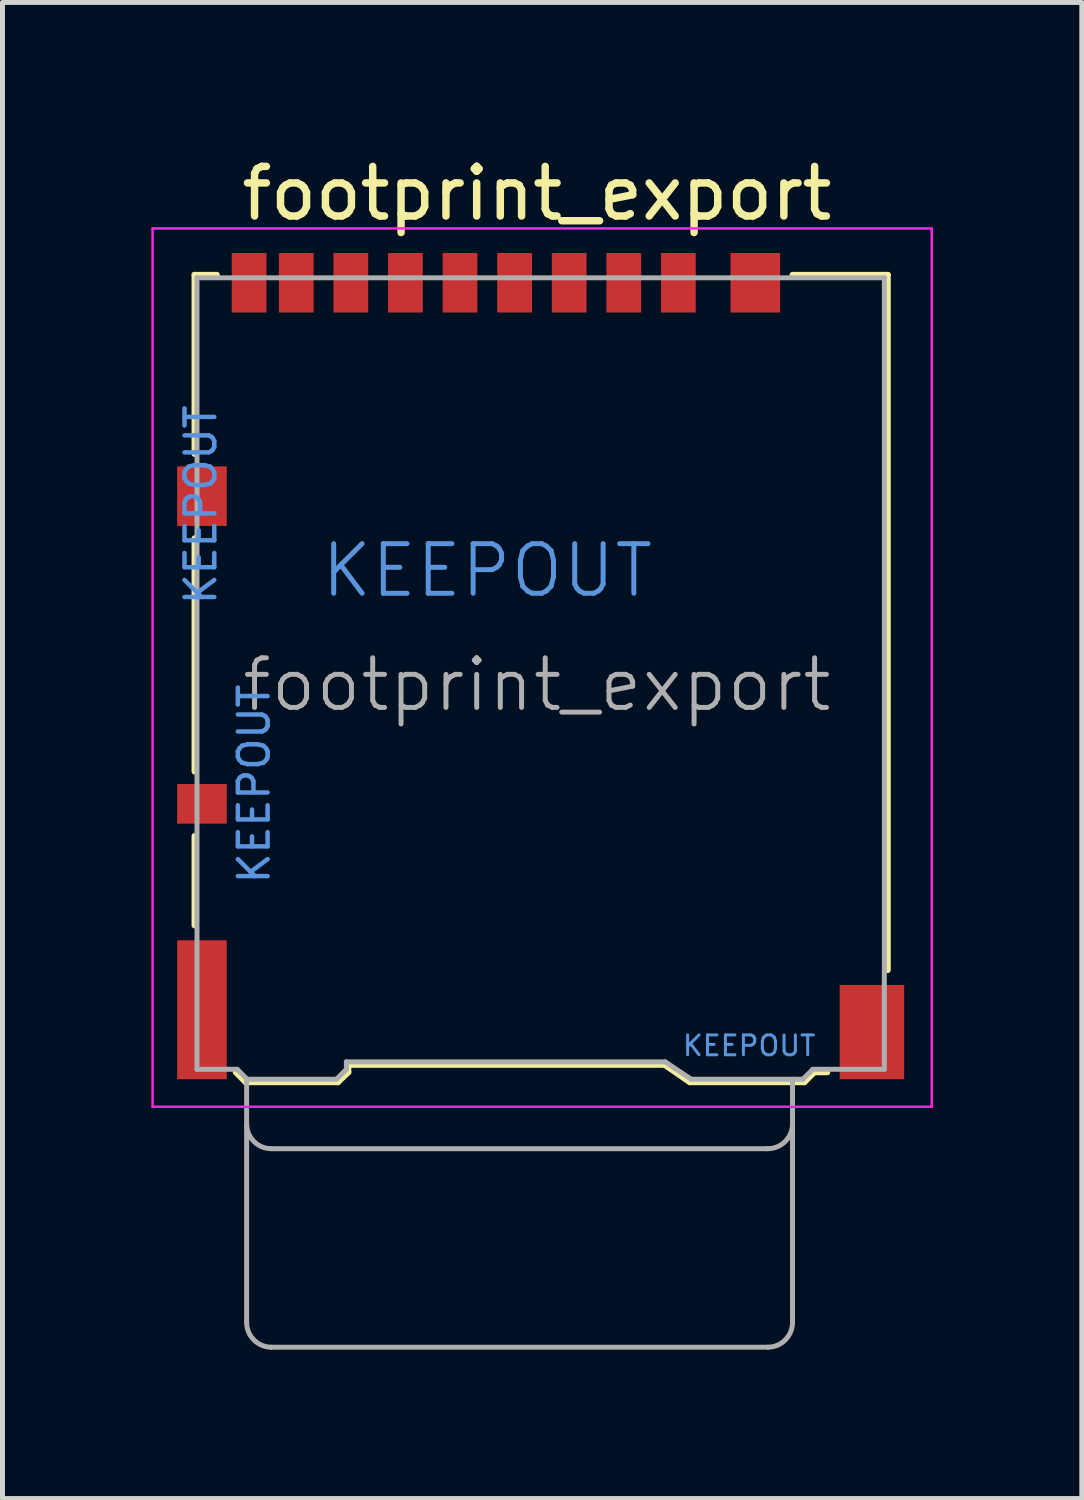
<source format=kicad_pcb>
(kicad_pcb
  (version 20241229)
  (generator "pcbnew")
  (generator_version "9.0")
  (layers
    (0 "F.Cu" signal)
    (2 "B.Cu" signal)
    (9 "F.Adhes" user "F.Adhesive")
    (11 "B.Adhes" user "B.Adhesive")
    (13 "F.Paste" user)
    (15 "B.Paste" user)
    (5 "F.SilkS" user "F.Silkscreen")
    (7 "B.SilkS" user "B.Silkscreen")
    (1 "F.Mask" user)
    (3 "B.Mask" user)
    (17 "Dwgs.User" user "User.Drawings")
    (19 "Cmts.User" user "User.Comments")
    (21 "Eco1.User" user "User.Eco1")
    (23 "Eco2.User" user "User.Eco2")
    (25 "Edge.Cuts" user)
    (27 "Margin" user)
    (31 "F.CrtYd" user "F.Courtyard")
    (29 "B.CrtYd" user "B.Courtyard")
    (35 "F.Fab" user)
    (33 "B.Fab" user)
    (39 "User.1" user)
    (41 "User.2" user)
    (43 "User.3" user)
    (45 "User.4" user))
  (footprint "footprint_export"
    (layer "F.Cu")
    (at 7.845 10.373)
    (property "Reference" "footprint_export" (at -0.075 -9.525 0) (layer "F.SilkS") (effects (font (size 1 1) (thickness 0.15))))
    (attr smd)
    (fp_line (start -6.975 -7.885) (end -6.975 -4.275) (stroke (width 0.12) (type solid)) (layer "F.SilkS"))
    (fp_line (start -6.975 -2.575) (end -6.975 2.125) (stroke (width 0.12) (type solid)) (layer "F.SilkS"))
    (fp_line (start -6.975 3.425) (end -6.975 5.225) (stroke (width 0.12) (type solid)) (layer "F.SilkS"))
    (fp_line (start -6.525 -7.885) (end -6.975 -7.885) (stroke (width 0.12) (type solid)) (layer "F.SilkS"))
    (fp_line (start -5.945 8.385) (end -6.145 8.185) (stroke (width 0.12) (type solid)) (layer "F.SilkS"))
    (fp_line (start -5.945 8.385) (end -4.085 8.385) (stroke (width 0.12) (type solid)) (layer "F.SilkS"))
    (fp_line (start -4.085 8.385) (end -3.875 8.185) (stroke (width 0.12) (type solid)) (layer "F.SilkS"))
    (fp_line (start -3.875 8.035) (end -3.875 8.185) (stroke (width 0.12) (type solid)) (layer "F.SilkS"))
    (fp_line (start -3.875 8.035) (end 2.495 8.035) (stroke (width 0.12) (type solid)) (layer "F.SilkS"))
    (fp_line (start 3.005 8.385) (end 2.495 8.035) (stroke (width 0.12) (type solid)) (layer "F.SilkS"))
    (fp_line (start 5.075 -7.885) (end 6.995 -7.885) (stroke (width 0.12) (type solid)) (layer "F.SilkS"))
    (fp_line (start 5.315 8.385) (end 3.005 8.385) (stroke (width 0.12) (type solid)) (layer "F.SilkS"))
    (fp_line (start 5.315 8.385) (end 5.515 8.185) (stroke (width 0.12) (type solid)) (layer "F.SilkS"))
    (fp_line (start 5.515 8.185) (end 5.775 8.185) (stroke (width 0.12) (type solid)) (layer "F.SilkS"))
    (fp_line (start 6.995 -7.885) (end 6.995 6.125) (stroke (width 0.12) (type solid)) (layer "F.SilkS"))
    (fp_line (start -7.82 -8.82) (end 7.88 -8.82) (stroke (width 0.05) (type solid)) (layer "F.CrtYd"))
    (fp_line (start -7.82 8.88) (end -7.82 -8.82) (stroke (width 0.05) (type solid)) (layer "F.CrtYd"))
    (fp_line (start 7.88 -8.82) (end 7.88 8.88) (stroke (width 0.05) (type solid)) (layer "F.CrtYd"))
    (fp_line (start 7.88 8.88) (end -7.82 8.88) (stroke (width 0.05) (type solid)) (layer "F.CrtYd"))
    (fp_line (start -6.925 8.125) (end -6.925 -7.825) (stroke (width 0.1) (type solid)) (layer "F.Fab"))
    (fp_line (start -6.115 8.125) (end -6.925 8.125) (stroke (width 0.1) (type solid)) (layer "F.Fab"))
    (fp_line (start -5.925 8.325) (end -5.925 13.225) (stroke (width 0.1) (type solid)) (layer "F.Fab"))
    (fp_line (start -5.915 8.325) (end -6.115 8.125) (stroke (width 0.1) (type solid)) (layer "F.Fab"))
    (fp_line (start -5.425 9.725) (end 4.575 9.725) (stroke (width 0.1) (type solid)) (layer "F.Fab"))
    (fp_line (start -5.425 13.725) (end 4.575 13.725) (stroke (width 0.1) (type solid)) (layer "F.Fab"))
    (fp_line (start -4.115 8.325) (end -5.915 8.325) (stroke (width 0.1) (type solid)) (layer "F.Fab"))
    (fp_line (start -3.915 8.125) (end -4.115 8.325) (stroke (width 0.1) (type solid)) (layer "F.Fab"))
    (fp_line (start -3.915 8.125) (end -3.915 7.975) (stroke (width 0.1) (type solid)) (layer "F.Fab"))
    (fp_line (start 2.51 7.975) (end -3.915 7.975) (stroke (width 0.1) (type solid)) (layer "F.Fab"))
    (fp_line (start 3.035 8.325) (end 2.51 7.975) (stroke (width 0.1) (type solid)) (layer "F.Fab"))
    (fp_line (start 5.075 13.225) (end 5.075 8.325) (stroke (width 0.1) (type solid)) (layer "F.Fab"))
    (fp_line (start 5.285 8.325) (end 3.035 8.325) (stroke (width 0.1) (type solid)) (layer "F.Fab"))
    (fp_line (start 5.285 8.325) (end 5.485 8.125) (stroke (width 0.1) (type solid)) (layer "F.Fab"))
    (fp_line (start 5.485 8.125) (end 6.925 8.125) (stroke (width 0.1) (type solid)) (layer "F.Fab"))
    (fp_line (start 6.925 -7.825) (end -6.925 -7.825) (stroke (width 0.1) (type solid)) (layer "F.Fab"))
    (fp_line (start 6.925 8.125) (end 6.925 -7.825) (stroke (width 0.1) (type solid)) (layer "F.Fab"))
    (fp_arc (start -5.425 9.725) (mid -5.778553 9.578553) (end -5.925 9.225) (stroke (width 0.1) (type solid)) (layer "F.Fab"))
    (fp_arc (start -5.425 13.725) (mid -5.778553 13.578553) (end -5.925 13.225) (stroke (width 0.1) (type solid)) (layer "F.Fab"))
    (fp_arc (start 5.075 9.225) (mid 4.928553 9.578553) (end 4.575 9.725) (stroke (width 0.1) (type solid)) (layer "F.Fab"))
    (fp_arc (start 5.075 13.225) (mid 4.928553 13.578553) (end 4.575 13.725) (stroke (width 0.1) (type solid)) (layer "F.Fab"))
    (fp_text user "KEEPOUT" (at -6.85 -3.25 90) (layer "Cmts.User") (effects (font (size 0.6 0.6) (thickness 0.09))))
    (fp_text user "KEEPOUT" (at -5.775 2.375 90) (layer "Cmts.User") (effects (font (size 0.6 0.6) (thickness 0.09))))
    (fp_text user "KEEPOUT" (at -1.075 -1.925 0) (layer "Cmts.User") (effects (font (size 1 1) (thickness 0.1))))
    (fp_text user "KEEPOUT" (at 4.2 7.65 0) (layer "Cmts.User") (effects (font (size 0.4 0.4) (thickness 0.06))))
    (fp_text user "${REFERENCE}" (at -0.075 0.375 0) (layer "F.Fab") (effects (font (size 1 1) (thickness 0.1))))
    (pad "1" smd rect (at 2.775 -7.725) (size 0.7 1.2) (layers "F.Cu" "F.Mask" "F.Paste"))
    (pad "2" smd rect (at 1.675 -7.725) (size 0.7 1.2) (layers "F.Cu" "F.Mask" "F.Paste"))
    (pad "3" smd rect (at 0.575 -7.725) (size 0.7 1.2) (layers "F.Cu" "F.Mask" "F.Paste"))
    (pad "4" smd rect (at -0.525 -7.725) (size 0.7 1.2) (layers "F.Cu" "F.Mask" "F.Paste"))
    (pad "5" smd rect (at -1.625 -7.725) (size 0.7 1.2) (layers "F.Cu" "F.Mask" "F.Paste"))
    (pad "6" smd rect (at -2.725 -7.725) (size 0.7 1.2) (layers "F.Cu" "F.Mask" "F.Paste"))
    (pad "7" smd rect (at -3.825 -7.725) (size 0.7 1.2) (layers "F.Cu" "F.Mask" "F.Paste"))
    (pad "8" smd rect (at -4.925 -7.725) (size 0.7 1.2) (layers "F.Cu" "F.Mask" "F.Paste"))
    (pad "9" smd rect (at -5.875 -7.725) (size 0.7 1.2) (layers "F.Cu" "F.Mask" "F.Paste"))
    (pad "10" smd rect (at -6.825 2.775) (size 1 0.8) (layers "F.Cu" "F.Mask" "F.Paste"))
    (pad "11" smd rect (at -6.825 -3.425) (size 1 1.2) (layers "F.Cu" "F.Mask" "F.Paste"))
    (pad "11" smd rect (at -6.825 6.925) (size 1 2.8) (layers "F.Cu" "F.Mask" "F.Paste"))
    (pad "11" smd rect (at 4.325 -7.725) (size 1 1.2) (layers "F.Cu" "F.Mask" "F.Paste"))
    (pad "11" smd rect (at 6.675 7.375) (size 1.3 1.9) (layers "F.Cu" "F.Mask" "F.Paste"))
    (zone (net_name "") (layer "F.Cu") (hatch full 0.508) (connect_pads) (min_thickness 0.254) (filled_areas_thickness no) (keepout (tracks not_allowed) (vias not_allowed) (pads not_allowed) (copperpour not_allowed) (footprints not_allowed)) (placement (enabled no)) (fill) (polygon (pts (xy 1.37 6.348) (xy 0.62 6.348) (xy 0.62 3.098) (xy 1.37 3.098))))
    (zone (net_name "") (layer "F.Cu") (hatch full 0.508) (connect_pads) (min_thickness 0.254) (filled_areas_thickness no) (keepout (tracks not_allowed) (vias not_allowed) (pads not_allowed) (copperpour not_allowed) (footprints not_allowed)) (placement (enabled no)) (fill) (polygon (pts (xy 1.37 11.148) (xy 0.62 11.148) (xy 0.62 7.548) (xy 1.37 7.548))))
    (zone (net_name "") (layer "F.Cu") (hatch full 0.508) (connect_pads) (min_thickness 0.254) (filled_areas_thickness no) (keepout (tracks not_allowed) (vias not_allowed) (pads not_allowed) (copperpour not_allowed) (footprints not_allowed)) (placement (enabled no)) (fill) (polygon (pts (xy 1.72 8.948) (xy 2.42 8.948) (xy 2.42 16.548) (xy 1.72 16.548))))
    (zone (net_name "") (layer "F.Cu") (hatch full 0.508) (connect_pads) (min_thickness 0.254) (filled_areas_thickness no) (keepout (tracks not_allowed) (vias not_allowed) (pads not_allowed) (copperpour not_allowed) (footprints not_allowed)) (placement (enabled no)) (fill) (polygon (pts (xy 10.77 17.348) (xy 13.32 17.348) (xy 13.32 18.698) (xy 10.77 18.698))))
    (zone (net_name "") (layer "F.Cu") (hatch full 0.508) (connect_pads) (min_thickness 0.254) (filled_areas_thickness no) (keepout (tracks not_allowed) (vias not_allowed) (pads not_allowed) (copperpour not_allowed) (footprints not_allowed)) (placement (enabled no)) (fill) (polygon (pts (xy 11.12 9.248) (xy 2.42 9.248) (xy 2.42 7.648) (xy 11.12 7.648)))))
  (gr_rect
    (start -3 -3)
    (end 18.75 27.148)
    (stroke (width 0.1) (type default))
    (fill no)
    (layer "Edge.Cuts")))
</source>
